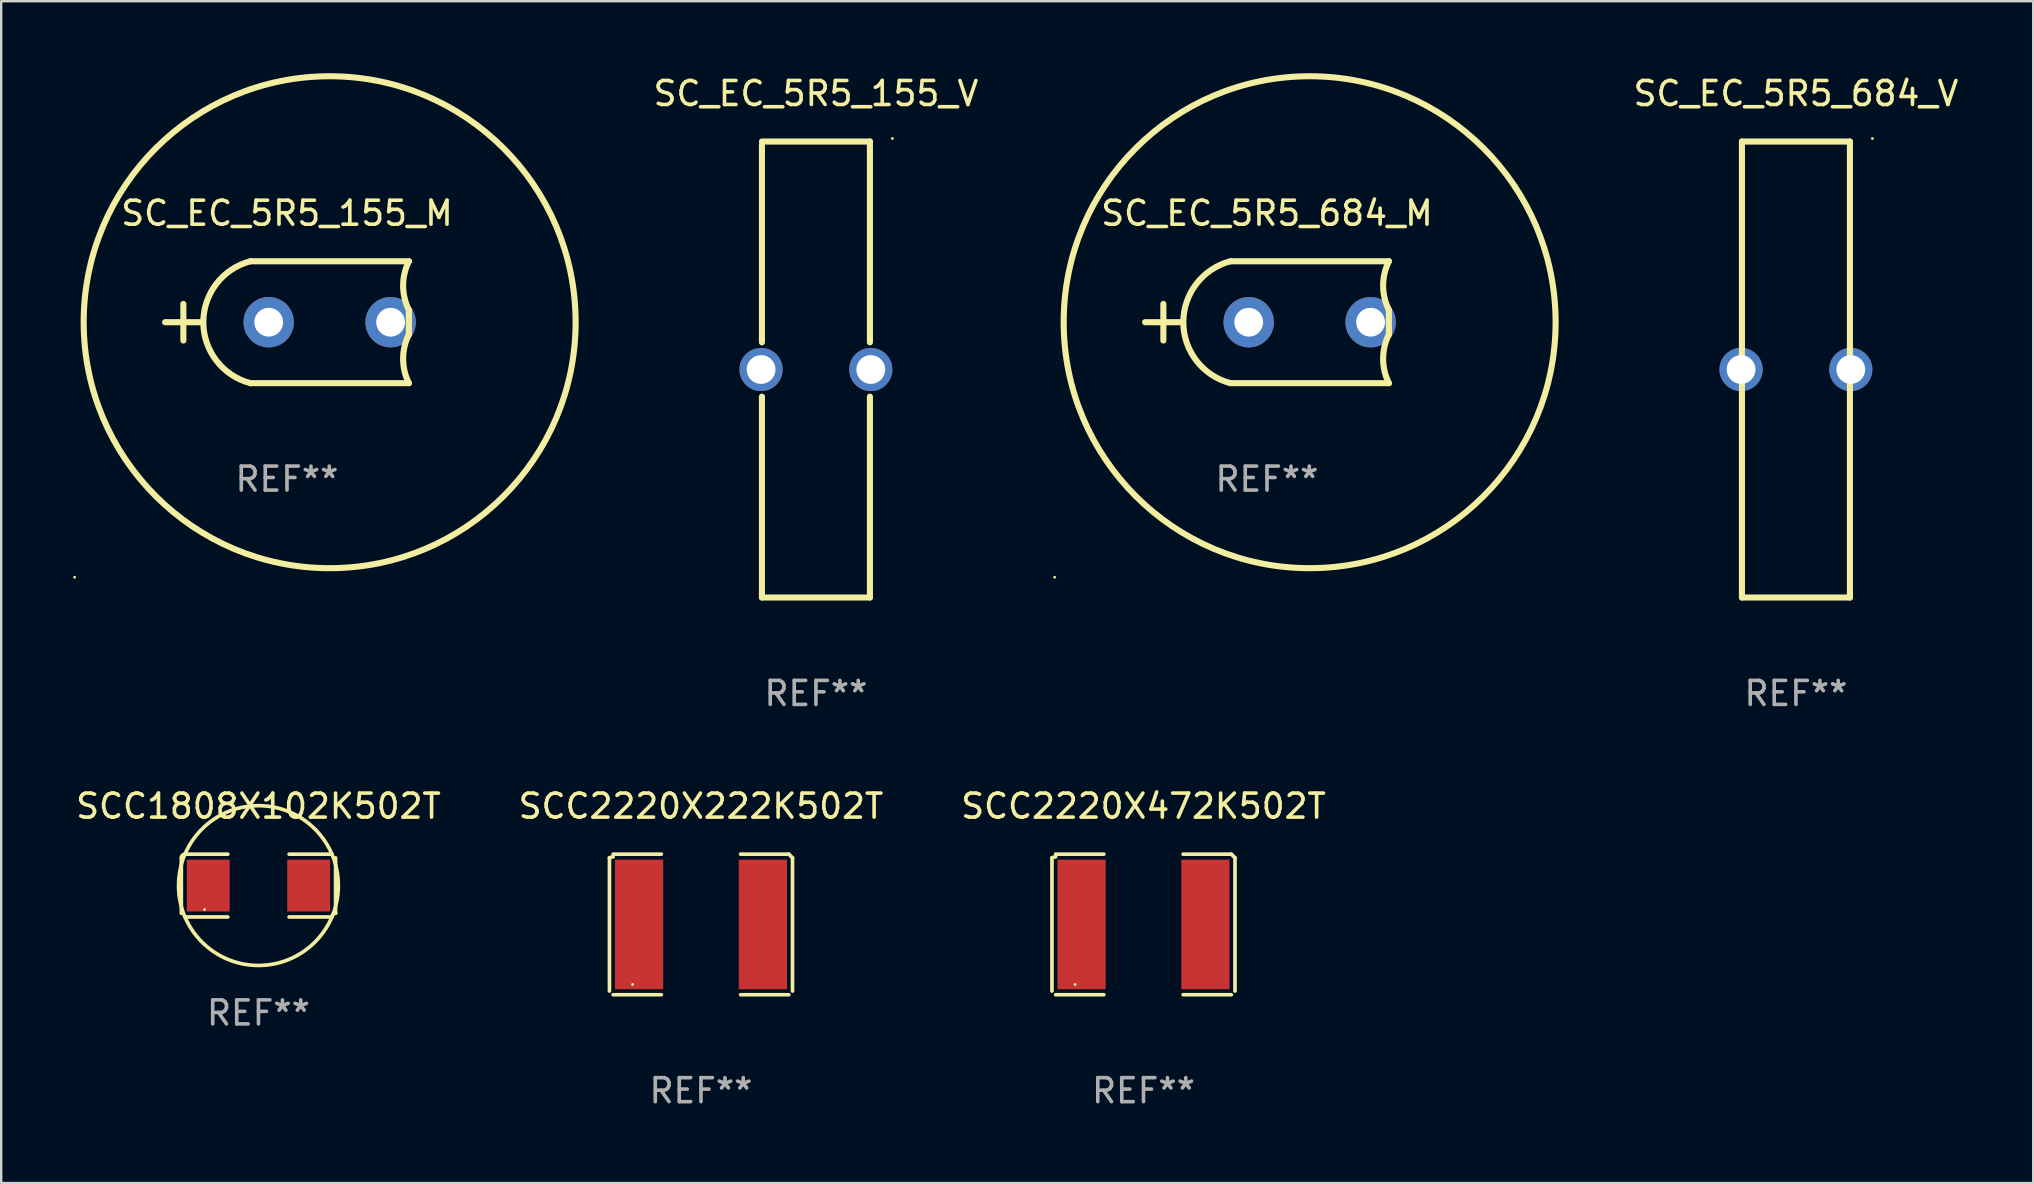
<source format=kicad_pcb>
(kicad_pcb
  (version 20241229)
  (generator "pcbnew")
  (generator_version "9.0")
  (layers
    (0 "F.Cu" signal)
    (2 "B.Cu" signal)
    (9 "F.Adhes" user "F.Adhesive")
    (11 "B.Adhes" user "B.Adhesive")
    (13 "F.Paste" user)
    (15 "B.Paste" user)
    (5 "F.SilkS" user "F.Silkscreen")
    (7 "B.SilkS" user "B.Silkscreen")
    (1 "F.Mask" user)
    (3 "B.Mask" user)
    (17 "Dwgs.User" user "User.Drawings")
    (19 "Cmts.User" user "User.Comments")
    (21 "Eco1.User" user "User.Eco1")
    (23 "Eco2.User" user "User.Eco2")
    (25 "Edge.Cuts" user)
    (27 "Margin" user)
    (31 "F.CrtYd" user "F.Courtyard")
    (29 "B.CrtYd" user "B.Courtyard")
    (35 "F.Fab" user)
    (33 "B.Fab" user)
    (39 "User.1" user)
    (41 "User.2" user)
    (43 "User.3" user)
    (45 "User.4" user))
  (footprint "SC_EC_5R5_684_M"
    (layer "F.Cu")
    (at 49.747 10.377)
    (property "Reference" "SC_EC_5R5_684_M" (at 0 -4.54 0) (layer "F.SilkS") (effects (font (size 1 1) (thickness 0.15))))
    (attr through_hole)
    (fp_line (start -4.318 0.762) (end -4.318 -0.762) (stroke (width 0.254) (type solid)) (layer "F.SilkS"))
    (fp_line (start -3.556 0) (end -5.08 0) (stroke (width 0.254) (type solid)) (layer "F.SilkS"))
    (fp_line (start -1.524 -2.54) (end 5.08 -2.54) (stroke (width 0.254) (type solid)) (layer "F.SilkS"))
    (fp_line (start -1.524 2.54) (end 5.08 2.54) (stroke (width 0.254) (type solid)) (layer "F.SilkS"))
    (fp_line (start 5.08 -0.508) (end 5.08 0.508) (stroke (width 0.254) (type solid)) (layer "F.SilkS"))
    (fp_arc (start -1.524016 2.540005) (mid -3.486168 0) (end -1.524015 -2.540005) (stroke (width 0.254001) (type solid)) (layer "F.SilkS"))
    (fp_arc (start 5.079997 -0.508) (mid 4.840151 -1.524003) (end 5.079997 -2.540005) (stroke (width 0.254001) (type solid)) (layer "F.SilkS"))
    (fp_arc (start 5.079997 2.540006) (mid 4.840151 1.524003) (end 5.079997 0.508001) (stroke (width 0.254001) (type solid)) (layer "F.SilkS"))
    (fp_circle (center -8.849 10.627) (end -8.819 10.627) (stroke (width 0.06) (type solid)) (fill no) (layer "F.SilkS"))
    (fp_circle (center 1.778 0) (end 12.028 0) (stroke (width 0.254) (type solid)) (fill no) (layer "F.SilkS"))
    (fp_text user "REF**" (at 0 6.54 0) (layer "F.Fab") (effects (font (size 1 1) (thickness 0.15))))
    (pad "1" thru_hole circle (at -0.762 0) (size 2.1 2.1) (drill 1.2) (layers "*.Cu" "*.Mask"))
    (pad "2" thru_hole circle (at 4.318 0) (size 2.1 2.1) (drill 1.2) (layers "*.Cu" "*.Mask")))
  (footprint "SCC2220X472K502T"
    (layer "F.Cu")
    (at 44.601 35.473)
    (property "Reference" "SCC2220X472K502T" (at 0 -4.929 0) (layer "F.SilkS") (effects (font (size 1 1) (thickness 0.15))))
    (attr through_hole)
    (fp_line (start -3.814 2.776) (end -3.814 -2.776) (stroke (width 0.152) (type solid)) (layer "F.SilkS"))
    (fp_line (start -3.661 -2.929) (end -1.651 -2.929) (stroke (width 0.152) (type solid)) (layer "F.SilkS"))
    (fp_line (start -1.651 2.929) (end -3.661 2.929) (stroke (width 0.152) (type solid)) (layer "F.SilkS"))
    (fp_line (start 1.651 2.929) (end 3.661 2.929) (stroke (width 0.152) (type solid)) (layer "F.SilkS"))
    (fp_line (start 3.661 -2.929) (end 1.651 -2.929) (stroke (width 0.152) (type solid)) (layer "F.SilkS"))
    (fp_line (start 3.814 2.776) (end 3.814 -2.776) (stroke (width 0.152) (type solid)) (layer "F.SilkS"))
    (fp_arc (start -3.813614 -2.7762) (mid -3.739925 -2.805625) (end -3.661214 -2.815646) (stroke (width 0.1524) (type solid)) (layer "F.SilkS"))
    (fp_arc (start 3.661214 -2.9286) (mid 3.737425 -2.852411) (end 3.813614 -2.7762) (stroke (width 0.1524) (type solid)) (layer "F.SilkS"))
    (fp_circle (center -2.85 2.5) (end -2.82 2.5) (stroke (width 0.06) (type solid)) (fill no) (layer "F.SilkS"))
    (fp_text user "REF**" (at 0 6.929 0) (layer "F.Fab") (effects (font (size 1 1) (thickness 0.15))))
    (pad "1" smd rect (at -2.58 0) (size 2.01 5.4) (layers "F.Cu" "F.Mask" "F.Paste"))
    (pad "2" smd rect (at 2.58 0) (size 2.01 5.4) (layers "F.Cu" "F.Mask" "F.Paste")))
  (footprint "SCC2220X222K502T"
    (layer "F.Cu")
    (at 26.161 35.473)
    (property "Reference" "SCC2220X222K502T" (at 0 -4.929 0) (layer "F.SilkS") (effects (font (size 1 1) (thickness 0.15))))
    (attr through_hole)
    (fp_line (start -3.814 2.776) (end -3.814 -2.776) (stroke (width 0.152) (type solid)) (layer "F.SilkS"))
    (fp_line (start -3.661 -2.929) (end -1.651 -2.929) (stroke (width 0.152) (type solid)) (layer "F.SilkS"))
    (fp_line (start -1.651 2.929) (end -3.661 2.929) (stroke (width 0.152) (type solid)) (layer "F.SilkS"))
    (fp_line (start 1.651 2.929) (end 3.661 2.929) (stroke (width 0.152) (type solid)) (layer "F.SilkS"))
    (fp_line (start 3.661 -2.929) (end 1.651 -2.929) (stroke (width 0.152) (type solid)) (layer "F.SilkS"))
    (fp_line (start 3.814 2.776) (end 3.814 -2.776) (stroke (width 0.152) (type solid)) (layer "F.SilkS"))
    (fp_arc (start -3.813614 -2.7762) (mid -3.739925 -2.805625) (end -3.661214 -2.815646) (stroke (width 0.1524) (type solid)) (layer "F.SilkS"))
    (fp_arc (start 3.661214 -2.9286) (mid 3.737425 -2.852411) (end 3.813614 -2.7762) (stroke (width 0.1524) (type solid)) (layer "F.SilkS"))
    (fp_circle (center -2.85 2.5) (end -2.82 2.5) (stroke (width 0.06) (type solid)) (fill no) (layer "F.SilkS"))
    (fp_text user "REF**" (at 0 6.929 0) (layer "F.Fab") (effects (font (size 1 1) (thickness 0.15))))
    (pad "1" smd rect (at -2.58 0) (size 2.01 5.4) (layers "F.Cu" "F.Mask" "F.Paste"))
    (pad "2" smd rect (at 2.58 0) (size 2.01 5.4) (layers "F.Cu" "F.Mask" "F.Paste")))
  (footprint "SC_EC_5R5_684_V"
    (layer "F.Cu")
    (at 71.789 12.348)
    (property "Reference" "SC_EC_5R5_684_V" (at 0 -11.5 0) (layer "F.SilkS") (effects (font (size 1 1) (thickness 0.15))))
    (attr through_hole)
    (fp_line (start -2.25 -9.5) (end -2.25 9.5) (stroke (width 0.254) (type solid)) (layer "F.SilkS"))
    (fp_line (start -2.25 9.5) (end 2.25 9.5) (stroke (width 0.254) (type solid)) (layer "F.SilkS"))
    (fp_line (start 2.25 -9.5) (end -2.25 -9.5) (stroke (width 0.254) (type solid)) (layer "F.SilkS"))
    (fp_line (start 2.25 9.5) (end 2.25 -9.5) (stroke (width 0.254) (type solid)) (layer "F.SilkS"))
    (fp_circle (center 3.186 -9.627) (end 3.216 -9.627) (stroke (width 0.06) (type solid)) (fill no) (layer "F.SilkS"))
    (fp_text user "+" (at 0.254 -1.455 0) (layer "B.Mask") (effects (font (size 1 1) (thickness 0.15))))
    (fp_text user "REF**" (at 0 13.5 0) (layer "F.Fab") (effects (font (size 1 1) (thickness 0.15))))
    (pad "1" thru_hole circle (at 2.286 0) (size 1.8 1.8) (drill 1.2) (layers "*.Cu" "*.Mask"))
    (pad "2" thru_hole circle (at -2.286 0) (size 1.8 1.8) (drill 1.2) (layers "*.Cu" "*.Mask")))
  (footprint "SC_EC_5R5_155_V"
    (layer "F.Cu")
    (at 30.951 12.348)
    (property "Reference" "SC_EC_5R5_155_V" (at 0 -11.5 0) (layer "F.SilkS") (effects (font (size 1 1) (thickness 0.15))))
    (attr through_hole)
    (fp_line (start -2.25 -1.131) (end -2.25 -9.358) (stroke (width 0.254) (type solid)) (layer "F.SilkS"))
    (fp_line (start -2.25 9.5) (end -2.25 1.131) (stroke (width 0.254) (type solid)) (layer "F.SilkS"))
    (fp_line (start -2.25 9.5) (end 2.25 9.5) (stroke (width 0.254) (type solid)) (layer "F.SilkS"))
    (fp_line (start 2.25 -9.5) (end -2.25 -9.5) (stroke (width 0.254) (type solid)) (layer "F.SilkS"))
    (fp_line (start 2.25 -9.5) (end 2.25 -1.131) (stroke (width 0.254) (type solid)) (layer "F.SilkS"))
    (fp_line (start 2.25 1.131) (end 2.25 9.5) (stroke (width 0.254) (type solid)) (layer "F.SilkS"))
    (fp_circle (center 3.186 -9.627) (end 3.216 -9.627) (stroke (width 0.06) (type solid)) (fill no) (layer "F.SilkS"))
    (fp_text user "+" (at 0.254 -1.455 0) (layer "B.Mask") (effects (font (size 1 1) (thickness 0.15))))
    (fp_text user "REF**" (at 0 13.5 0) (layer "F.Fab") (effects (font (size 1 1) (thickness 0.15))))
    (pad "1" thru_hole circle (at 2.286 0) (size 1.8 1.8) (drill 1.2) (layers "*.Cu" "*.Mask"))
    (pad "2" thru_hole circle (at -2.286 0) (size 1.8 1.8) (drill 1.2) (layers "*.Cu" "*.Mask")))
  (footprint "SCC1808X102K502T"
    (layer "F.Cu")
    (at 7.72 33.853)
    (property "Reference" "SCC1808X102K502T" (at 0 -3.309 0) (layer "F.SilkS") (effects (font (size 1 1) (thickness 0.15))))
    (attr through_hole)
    (fp_line (start -3.214 -1.156) (end -3.214 1.156) (stroke (width 0.152) (type solid)) (layer "F.SilkS"))
    (fp_line (start -3.061 1.309) (end -1.276 1.309) (stroke (width 0.152) (type solid)) (layer "F.SilkS"))
    (fp_line (start -1.276 -1.309) (end -3.061 -1.309) (stroke (width 0.152) (type solid)) (layer "F.SilkS"))
    (fp_line (start 1.276 -1.309) (end 3.061 -1.309) (stroke (width 0.152) (type solid)) (layer "F.SilkS"))
    (fp_line (start 3.061 1.309) (end 1.276 1.309) (stroke (width 0.152) (type solid)) (layer "F.SilkS"))
    (fp_line (start 3.214 -1.156) (end 3.214 1.156) (stroke (width 0.152) (type solid)) (layer "F.SilkS"))
    (fp_arc (start -3.21359 -1.15621) (mid -3.168953 -1.263974) (end -3.061189 -1.308611) (stroke (width 0.1524) (type solid)) (layer "F.SilkS"))
    (fp_arc (start 3.061188 1.308611) (mid 3.105825 1.200847) (end 3.213589 1.15621) (stroke (width 0.1524) (type solid)) (layer "F.SilkS"))
    (fp_arc (start 3.061189 -1.308611) (mid -3.061167 1.308589) (end 3.061189 -1.308611) (stroke (width 0.1524) (type solid)) (layer "F.SilkS"))
    (fp_circle (center -2.25 1) (end -2.22 1) (stroke (width 0.06) (type solid)) (fill no) (layer "F.SilkS"))
    (fp_text user "REF**" (at 0 5.309 0) (layer "F.Fab") (effects (font (size 1 1) (thickness 0.15))))
    (pad "1" smd rect (at -2.092 0) (size 1.785 2.16) (layers "F.Cu" "F.Mask" "F.Paste"))
    (pad "2" smd rect (at 2.092 0) (size 1.785 2.16) (layers "F.Cu" "F.Mask" "F.Paste")))
  (footprint "SC_EC_5R5_155_M"
    (layer "F.Cu")
    (at 8.909 10.377)
    (property "Reference" "SC_EC_5R5_155_M" (at 0 -4.54 0) (layer "F.SilkS") (effects (font (size 1 1) (thickness 0.15))))
    (attr through_hole)
    (fp_line (start -4.318 0.762) (end -4.318 -0.762) (stroke (width 0.254) (type solid)) (layer "F.SilkS"))
    (fp_line (start -3.556 0) (end -5.08 0) (stroke (width 0.254) (type solid)) (layer "F.SilkS"))
    (fp_line (start -1.524 -2.54) (end 5.08 -2.54) (stroke (width 0.254) (type solid)) (layer "F.SilkS"))
    (fp_line (start -1.524 2.54) (end 5.08 2.54) (stroke (width 0.254) (type solid)) (layer "F.SilkS"))
    (fp_line (start 5.08 -0.508) (end 5.08 0.508) (stroke (width 0.254) (type solid)) (layer "F.SilkS"))
    (fp_arc (start -1.524016 2.540005) (mid -3.486168 0) (end -1.524015 -2.540005) (stroke (width 0.254001) (type solid)) (layer "F.SilkS"))
    (fp_arc (start 5.079997 -0.508) (mid 4.840151 -1.524003) (end 5.079997 -2.540005) (stroke (width 0.254001) (type solid)) (layer "F.SilkS"))
    (fp_arc (start 5.079997 2.540006) (mid 4.840151 1.524003) (end 5.079997 0.508001) (stroke (width 0.254001) (type solid)) (layer "F.SilkS"))
    (fp_circle (center -8.849 10.627) (end -8.819 10.627) (stroke (width 0.06) (type solid)) (fill no) (layer "F.SilkS"))
    (fp_circle (center 1.778 0) (end 12.028 0) (stroke (width 0.254) (type solid)) (fill no) (layer "F.SilkS"))
    (fp_text user "REF**" (at 0 6.54 0) (layer "F.Fab") (effects (font (size 1 1) (thickness 0.15))))
    (pad "1" thru_hole circle (at -0.762 0) (size 2.1 2.1) (drill 1.2) (layers "*.Cu" "*.Mask"))
    (pad "2" thru_hole circle (at 4.318 0) (size 2.1 2.1) (drill 1.2) (layers "*.Cu" "*.Mask")))
  (gr_rect
    (start -3 -3)
    (end 81.676 46.25)
    (stroke (width 0.1) (type default))
    (fill no)
    (layer "Edge.Cuts")))
</source>
